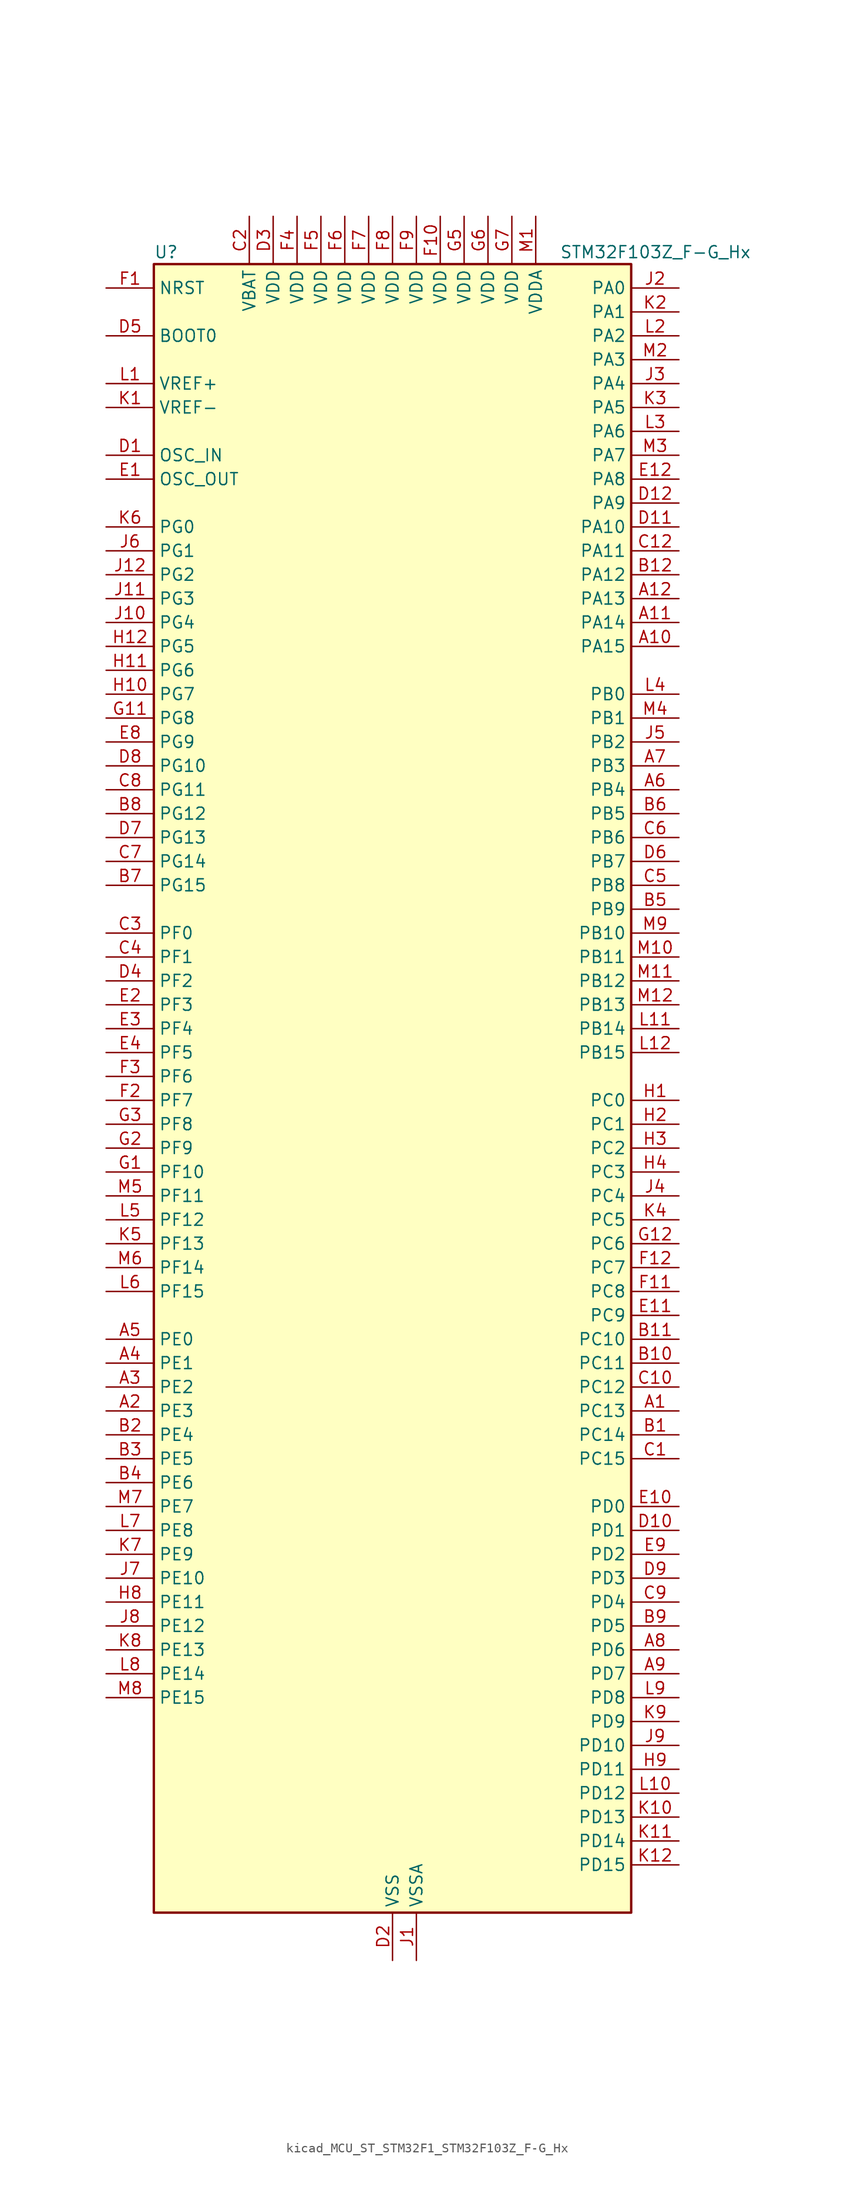
<source format=kicad_sym>
(kicad_symbol_lib
  (version 20220914)
  (generator kicad_symbol_editor)
  (symbol "kicad_MCU_ST_STM32F1_STM32F103Z_F-G_Hx"
    (property "Reference" "U"
      (at -25.4 90.17 0)
      (effects (font (size 1.27 1.27)) (justify left)))
    (property "Value" "STM32F103Z_F-G_Hx"
      (at 17.78 90.17 0)
      (effects (font (size 1.27 1.27)) (justify left)))
    (property "ki_locked" ""
      (at 0 0 0)
      (effects (font (size 1.27 1.27))))
    (symbol "kicad_MCU_ST_STM32F1_STM32F103Z_F-G_Hx_0_1"
      (rectangle (start -25.4 -86.36) (end 25.4 88.9) (stroke (width 0.254) (type default)) (fill (type background))))
    (symbol "kicad_MCU_ST_STM32F1_STM32F103Z_F-G_Hx_1_1"
      (pin bidirectional line (at 30.48 -33.02 180) (length 5.08) (name "PC13" (effects (font (size 1.27 1.27)))) (number "A1" (effects (font (size 1.27 1.27)))) (alternate "RTC_OUT" bidirectional line) (alternate "RTC_TAMPER" bidirectional line))
      (pin bidirectional line (at 30.48 48.26 180) (length 5.08) (name "PA15" (effects (font (size 1.27 1.27)))) (number "A10" (effects (font (size 1.27 1.27)))) (alternate "ADC1_EXTI15" bidirectional line) (alternate "ADC2_EXTI15" bidirectional line) (alternate "I2S3_WS" bidirectional line) (alternate "SPI1_NSS" bidirectional line) (alternate "SPI3_NSS" bidirectional line) (alternate "SYS_JTDI" bidirectional line) (alternate "TIM2_CH1" bidirectional line) (alternate "TIM2_ETR" bidirectional line))
      (pin bidirectional line (at 30.48 50.8 180) (length 5.08) (name "PA14" (effects (font (size 1.27 1.27)))) (number "A11" (effects (font (size 1.27 1.27)))) (alternate "SYS_JTCK-SWCLK" bidirectional line))
      (pin bidirectional line (at 30.48 53.34 180) (length 5.08) (name "PA13" (effects (font (size 1.27 1.27)))) (number "A12" (effects (font (size 1.27 1.27)))) (alternate "SYS_JTMS-SWDIO" bidirectional line))
      (pin bidirectional line (at -30.48 -33.02 0) (length 5.08) (name "PE3" (effects (font (size 1.27 1.27)))) (number "A2" (effects (font (size 1.27 1.27)))) (alternate "FSMC_A19" bidirectional line) (alternate "SYS_TRACED0" bidirectional line))
      (pin bidirectional line (at -30.48 -30.48 0) (length 5.08) (name "PE2" (effects (font (size 1.27 1.27)))) (number "A3" (effects (font (size 1.27 1.27)))) (alternate "FSMC_A23" bidirectional line) (alternate "SYS_TRACECLK" bidirectional line))
      (pin bidirectional line (at -30.48 -27.94 0) (length 5.08) (name "PE1" (effects (font (size 1.27 1.27)))) (number "A4" (effects (font (size 1.27 1.27)))) (alternate "FSMC_NBL1" bidirectional line))
      (pin bidirectional line (at -30.48 -25.4 0) (length 5.08) (name "PE0" (effects (font (size 1.27 1.27)))) (number "A5" (effects (font (size 1.27 1.27)))) (alternate "FSMC_NBL0" bidirectional line) (alternate "TIM4_ETR" bidirectional line))
      (pin bidirectional line (at 30.48 33.02 180) (length 5.08) (name "PB4" (effects (font (size 1.27 1.27)))) (number "A6" (effects (font (size 1.27 1.27)))) (alternate "SPI1_MISO" bidirectional line) (alternate "SPI3_MISO" bidirectional line) (alternate "SYS_NJTRST" bidirectional line) (alternate "TIM3_CH1" bidirectional line))
      (pin bidirectional line (at 30.48 35.56 180) (length 5.08) (name "PB3" (effects (font (size 1.27 1.27)))) (number "A7" (effects (font (size 1.27 1.27)))) (alternate "I2S3_CK" bidirectional line) (alternate "SPI1_SCK" bidirectional line) (alternate "SPI3_SCK" bidirectional line) (alternate "SYS_JTDO-TRACESWO" bidirectional line) (alternate "TIM2_CH2" bidirectional line))
      (pin bidirectional line (at 30.48 -58.42 180) (length 5.08) (name "PD6" (effects (font (size 1.27 1.27)))) (number "A8" (effects (font (size 1.27 1.27)))) (alternate "FSMC_NWAIT" bidirectional line) (alternate "USART2_RX" bidirectional line))
      (pin bidirectional line (at 30.48 -60.96 180) (length 5.08) (name "PD7" (effects (font (size 1.27 1.27)))) (number "A9" (effects (font (size 1.27 1.27)))) (alternate "FSMC_NCE2" bidirectional line) (alternate "FSMC_NE1" bidirectional line) (alternate "USART2_CK" bidirectional line))
      (pin bidirectional line (at 30.48 -35.56 180) (length 5.08) (name "PC14" (effects (font (size 1.27 1.27)))) (number "B1" (effects (font (size 1.27 1.27)))) (alternate "RCC_OSC32_IN" bidirectional line))
      (pin bidirectional line (at 30.48 -27.94 180) (length 5.08) (name "PC11" (effects (font (size 1.27 1.27)))) (number "B10" (effects (font (size 1.27 1.27)))) (alternate "ADC1_EXTI11" bidirectional line) (alternate "ADC2_EXTI11" bidirectional line) (alternate "SDIO_D3" bidirectional line) (alternate "UART4_RX" bidirectional line) (alternate "USART3_RX" bidirectional line))
      (pin bidirectional line (at 30.48 -25.4 180) (length 5.08) (name "PC10" (effects (font (size 1.27 1.27)))) (number "B11" (effects (font (size 1.27 1.27)))) (alternate "SDIO_D2" bidirectional line) (alternate "UART4_TX" bidirectional line) (alternate "USART3_TX" bidirectional line))
      (pin bidirectional line (at 30.48 55.88 180) (length 5.08) (name "PA12" (effects (font (size 1.27 1.27)))) (number "B12" (effects (font (size 1.27 1.27)))) (alternate "CAN_TX" bidirectional line) (alternate "TIM1_ETR" bidirectional line) (alternate "USART1_RTS" bidirectional line) (alternate "USB_DP" bidirectional line))
      (pin bidirectional line (at -30.48 -35.56 0) (length 5.08) (name "PE4" (effects (font (size 1.27 1.27)))) (number "B2" (effects (font (size 1.27 1.27)))) (alternate "FSMC_A20" bidirectional line) (alternate "SYS_TRACED1" bidirectional line))
      (pin bidirectional line (at -30.48 -38.1 0) (length 5.08) (name "PE5" (effects (font (size 1.27 1.27)))) (number "B3" (effects (font (size 1.27 1.27)))) (alternate "FSMC_A21" bidirectional line) (alternate "SYS_TRACED2" bidirectional line) (alternate "TIM9_CH1" bidirectional line))
      (pin bidirectional line (at -30.48 -40.64 0) (length 5.08) (name "PE6" (effects (font (size 1.27 1.27)))) (number "B4" (effects (font (size 1.27 1.27)))) (alternate "FSMC_A22" bidirectional line) (alternate "SYS_TRACED3" bidirectional line) (alternate "TIM9_CH2" bidirectional line))
      (pin bidirectional line (at 30.48 20.32 180) (length 5.08) (name "PB9" (effects (font (size 1.27 1.27)))) (number "B5" (effects (font (size 1.27 1.27)))) (alternate "CAN_TX" bidirectional line) (alternate "DAC_EXTI9" bidirectional line) (alternate "I2C1_SDA" bidirectional line) (alternate "SDIO_D5" bidirectional line) (alternate "TIM11_CH1" bidirectional line) (alternate "TIM4_CH4" bidirectional line))
      (pin bidirectional line (at 30.48 30.48 180) (length 5.08) (name "PB5" (effects (font (size 1.27 1.27)))) (number "B6" (effects (font (size 1.27 1.27)))) (alternate "I2C1_SMBA" bidirectional line) (alternate "I2S3_SD" bidirectional line) (alternate "SPI1_MOSI" bidirectional line) (alternate "SPI3_MOSI" bidirectional line) (alternate "TIM3_CH2" bidirectional line))
      (pin bidirectional line (at -30.48 22.86 0) (length 5.08) (name "PG15" (effects (font (size 1.27 1.27)))) (number "B7" (effects (font (size 1.27 1.27)))) (alternate "ADC1_EXTI15" bidirectional line) (alternate "ADC2_EXTI15" bidirectional line))
      (pin bidirectional line (at -30.48 30.48 0) (length 5.08) (name "PG12" (effects (font (size 1.27 1.27)))) (number "B8" (effects (font (size 1.27 1.27)))) (alternate "FSMC_NE4" bidirectional line))
      (pin bidirectional line (at 30.48 -55.88 180) (length 5.08) (name "PD5" (effects (font (size 1.27 1.27)))) (number "B9" (effects (font (size 1.27 1.27)))) (alternate "FSMC_NWE" bidirectional line) (alternate "USART2_TX" bidirectional line))
      (pin bidirectional line (at 30.48 -38.1 180) (length 5.08) (name "PC15" (effects (font (size 1.27 1.27)))) (number "C1" (effects (font (size 1.27 1.27)))) (alternate "ADC1_EXTI15" bidirectional line) (alternate "ADC2_EXTI15" bidirectional line) (alternate "RCC_OSC32_OUT" bidirectional line))
      (pin bidirectional line (at 30.48 -30.48 180) (length 5.08) (name "PC12" (effects (font (size 1.27 1.27)))) (number "C10" (effects (font (size 1.27 1.27)))) (alternate "SDIO_CK" bidirectional line) (alternate "UART5_TX" bidirectional line) (alternate "USART3_CK" bidirectional line))
      (pin no_connect line (at -25.4 -86.36 0) (length 5.08) hide (name "NC" (effects (font (size 1.27 1.27)))) (number "C11" (effects (font (size 1.27 1.27)))))
      (pin bidirectional line (at 30.48 58.42 180) (length 5.08) (name "PA11" (effects (font (size 1.27 1.27)))) (number "C12" (effects (font (size 1.27 1.27)))) (alternate "ADC1_EXTI11" bidirectional line) (alternate "ADC2_EXTI11" bidirectional line) (alternate "CAN_RX" bidirectional line) (alternate "TIM1_CH4" bidirectional line) (alternate "USART1_CTS" bidirectional line) (alternate "USB_DM" bidirectional line))
      (pin power_in line (at -15.24 93.98 270) (length 5.08) (name "VBAT" (effects (font (size 1.27 1.27)))) (number "C2" (effects (font (size 1.27 1.27)))))
      (pin bidirectional line (at -30.48 17.78 0) (length 5.08) (name "PF0" (effects (font (size 1.27 1.27)))) (number "C3" (effects (font (size 1.27 1.27)))) (alternate "FSMC_A0" bidirectional line))
      (pin bidirectional line (at -30.48 15.24 0) (length 5.08) (name "PF1" (effects (font (size 1.27 1.27)))) (number "C4" (effects (font (size 1.27 1.27)))) (alternate "FSMC_A1" bidirectional line))
      (pin bidirectional line (at 30.48 22.86 180) (length 5.08) (name "PB8" (effects (font (size 1.27 1.27)))) (number "C5" (effects (font (size 1.27 1.27)))) (alternate "CAN_RX" bidirectional line) (alternate "I2C1_SCL" bidirectional line) (alternate "SDIO_D4" bidirectional line) (alternate "TIM10_CH1" bidirectional line) (alternate "TIM4_CH3" bidirectional line))
      (pin bidirectional line (at 30.48 27.94 180) (length 5.08) (name "PB6" (effects (font (size 1.27 1.27)))) (number "C6" (effects (font (size 1.27 1.27)))) (alternate "I2C1_SCL" bidirectional line) (alternate "TIM4_CH1" bidirectional line) (alternate "USART1_TX" bidirectional line))
      (pin bidirectional line (at -30.48 25.4 0) (length 5.08) (name "PG14" (effects (font (size 1.27 1.27)))) (number "C7" (effects (font (size 1.27 1.27)))) (alternate "FSMC_A25" bidirectional line))
      (pin bidirectional line (at -30.48 33.02 0) (length 5.08) (name "PG11" (effects (font (size 1.27 1.27)))) (number "C8" (effects (font (size 1.27 1.27)))) (alternate "ADC1_EXTI11" bidirectional line) (alternate "ADC2_EXTI11" bidirectional line) (alternate "FSMC_NCE4_2" bidirectional line))
      (pin bidirectional line (at 30.48 -53.34 180) (length 5.08) (name "PD4" (effects (font (size 1.27 1.27)))) (number "C9" (effects (font (size 1.27 1.27)))) (alternate "FSMC_NOE" bidirectional line) (alternate "USART2_RTS" bidirectional line))
      (pin input line (at -30.48 68.58 0) (length 5.08) (name "OSC_IN" (effects (font (size 1.27 1.27)))) (number "D1" (effects (font (size 1.27 1.27)))) (alternate "RCC_OSC_IN" bidirectional line))
      (pin bidirectional line (at 30.48 -45.72 180) (length 5.08) (name "PD1" (effects (font (size 1.27 1.27)))) (number "D10" (effects (font (size 1.27 1.27)))) (alternate "CAN_TX" bidirectional line) (alternate "FSMC_D3" bidirectional line) (alternate "FSMC_DA3" bidirectional line))
      (pin bidirectional line (at 30.48 60.96 180) (length 5.08) (name "PA10" (effects (font (size 1.27 1.27)))) (number "D11" (effects (font (size 1.27 1.27)))) (alternate "TIM1_CH3" bidirectional line) (alternate "USART1_RX" bidirectional line))
      (pin bidirectional line (at 30.48 63.5 180) (length 5.08) (name "PA9" (effects (font (size 1.27 1.27)))) (number "D12" (effects (font (size 1.27 1.27)))) (alternate "DAC_EXTI9" bidirectional line) (alternate "TIM1_CH2" bidirectional line) (alternate "USART1_TX" bidirectional line))
      (pin power_in line (at 0 -91.44 90) (length 5.08) (name "VSS" (effects (font (size 1.27 1.27)))) (number "D2" (effects (font (size 1.27 1.27)))))
      (pin power_in line (at -12.7 93.98 270) (length 5.08) (name "VDD" (effects (font (size 1.27 1.27)))) (number "D3" (effects (font (size 1.27 1.27)))))
      (pin bidirectional line (at -30.48 12.7 0) (length 5.08) (name "PF2" (effects (font (size 1.27 1.27)))) (number "D4" (effects (font (size 1.27 1.27)))) (alternate "FSMC_A2" bidirectional line))
      (pin input line (at -30.48 81.28 0) (length 5.08) (name "BOOT0" (effects (font (size 1.27 1.27)))) (number "D5" (effects (font (size 1.27 1.27)))))
      (pin bidirectional line (at 30.48 25.4 180) (length 5.08) (name "PB7" (effects (font (size 1.27 1.27)))) (number "D6" (effects (font (size 1.27 1.27)))) (alternate "FSMC_NL" bidirectional line) (alternate "I2C1_SDA" bidirectional line) (alternate "TIM4_CH2" bidirectional line) (alternate "USART1_RX" bidirectional line))
      (pin bidirectional line (at -30.48 27.94 0) (length 5.08) (name "PG13" (effects (font (size 1.27 1.27)))) (number "D7" (effects (font (size 1.27 1.27)))) (alternate "FSMC_A24" bidirectional line))
      (pin bidirectional line (at -30.48 35.56 0) (length 5.08) (name "PG10" (effects (font (size 1.27 1.27)))) (number "D8" (effects (font (size 1.27 1.27)))) (alternate "FSMC_NCE4_1" bidirectional line) (alternate "FSMC_NE3" bidirectional line))
      (pin bidirectional line (at 30.48 -50.8 180) (length 5.08) (name "PD3" (effects (font (size 1.27 1.27)))) (number "D9" (effects (font (size 1.27 1.27)))) (alternate "FSMC_CLK" bidirectional line) (alternate "USART2_CTS" bidirectional line))
      (pin input line (at -30.48 66.04 0) (length 5.08) (name "OSC_OUT" (effects (font (size 1.27 1.27)))) (number "E1" (effects (font (size 1.27 1.27)))) (alternate "RCC_OSC_OUT" bidirectional line))
      (pin bidirectional line (at 30.48 -43.18 180) (length 5.08) (name "PD0" (effects (font (size 1.27 1.27)))) (number "E10" (effects (font (size 1.27 1.27)))) (alternate "CAN_RX" bidirectional line) (alternate "FSMC_D2" bidirectional line) (alternate "FSMC_DA2" bidirectional line))
      (pin bidirectional line (at 30.48 -22.86 180) (length 5.08) (name "PC9" (effects (font (size 1.27 1.27)))) (number "E11" (effects (font (size 1.27 1.27)))) (alternate "DAC_EXTI9" bidirectional line) (alternate "SDIO_D1" bidirectional line) (alternate "TIM3_CH4" bidirectional line) (alternate "TIM8_CH4" bidirectional line))
      (pin bidirectional line (at 30.48 66.04 180) (length 5.08) (name "PA8" (effects (font (size 1.27 1.27)))) (number "E12" (effects (font (size 1.27 1.27)))) (alternate "RCC_MCO" bidirectional line) (alternate "TIM1_CH1" bidirectional line) (alternate "USART1_CK" bidirectional line))
      (pin bidirectional line (at -30.48 10.16 0) (length 5.08) (name "PF3" (effects (font (size 1.27 1.27)))) (number "E2" (effects (font (size 1.27 1.27)))) (alternate "FSMC_A3" bidirectional line))
      (pin bidirectional line (at -30.48 7.62 0) (length 5.08) (name "PF4" (effects (font (size 1.27 1.27)))) (number "E3" (effects (font (size 1.27 1.27)))) (alternate "FSMC_A4" bidirectional line))
      (pin bidirectional line (at -30.48 5.08 0) (length 5.08) (name "PF5" (effects (font (size 1.27 1.27)))) (number "E4" (effects (font (size 1.27 1.27)))) (alternate "FSMC_A5" bidirectional line))
      (pin passive line (at 0 -91.44 90) (length 5.08) hide (name "VSS" (effects (font (size 1.27 1.27)))) (number "E5" (effects (font (size 1.27 1.27)))))
      (pin passive line (at 0 -91.44 90) (length 5.08) hide (name "VSS" (effects (font (size 1.27 1.27)))) (number "E6" (effects (font (size 1.27 1.27)))))
      (pin passive line (at 0 -91.44 90) (length 5.08) hide (name "VSS" (effects (font (size 1.27 1.27)))) (number "E7" (effects (font (size 1.27 1.27)))))
      (pin bidirectional line (at -30.48 38.1 0) (length 5.08) (name "PG9" (effects (font (size 1.27 1.27)))) (number "E8" (effects (font (size 1.27 1.27)))) (alternate "DAC_EXTI9" bidirectional line) (alternate "FSMC_NCE3" bidirectional line) (alternate "FSMC_NE2" bidirectional line))
      (pin bidirectional line (at 30.48 -48.26 180) (length 5.08) (name "PD2" (effects (font (size 1.27 1.27)))) (number "E9" (effects (font (size 1.27 1.27)))) (alternate "SDIO_CMD" bidirectional line) (alternate "TIM3_ETR" bidirectional line) (alternate "UART5_RX" bidirectional line))
      (pin input line (at -30.48 86.36 0) (length 5.08) (name "NRST" (effects (font (size 1.27 1.27)))) (number "F1" (effects (font (size 1.27 1.27)))))
      (pin power_in line (at 5.08 93.98 270) (length 5.08) (name "VDD" (effects (font (size 1.27 1.27)))) (number "F10" (effects (font (size 1.27 1.27)))))
      (pin bidirectional line (at 30.48 -20.32 180) (length 5.08) (name "PC8" (effects (font (size 1.27 1.27)))) (number "F11" (effects (font (size 1.27 1.27)))) (alternate "SDIO_D0" bidirectional line) (alternate "TIM3_CH3" bidirectional line) (alternate "TIM8_CH3" bidirectional line))
      (pin bidirectional line (at 30.48 -17.78 180) (length 5.08) (name "PC7" (effects (font (size 1.27 1.27)))) (number "F12" (effects (font (size 1.27 1.27)))) (alternate "I2S3_MCK" bidirectional line) (alternate "SDIO_D7" bidirectional line) (alternate "TIM3_CH2" bidirectional line) (alternate "TIM8_CH2" bidirectional line))
      (pin bidirectional line (at -30.48 0 0) (length 5.08) (name "PF7" (effects (font (size 1.27 1.27)))) (number "F2" (effects (font (size 1.27 1.27)))) (alternate "ADC3_IN5" bidirectional line) (alternate "FSMC_NREG" bidirectional line) (alternate "TIM11_CH1" bidirectional line))
      (pin bidirectional line (at -30.48 2.54 0) (length 5.08) (name "PF6" (effects (font (size 1.27 1.27)))) (number "F3" (effects (font (size 1.27 1.27)))) (alternate "ADC3_IN4" bidirectional line) (alternate "FSMC_NIORD" bidirectional line) (alternate "TIM10_CH1" bidirectional line))
      (pin power_in line (at -10.16 93.98 270) (length 5.08) (name "VDD" (effects (font (size 1.27 1.27)))) (number "F4" (effects (font (size 1.27 1.27)))))
      (pin power_in line (at -7.62 93.98 270) (length 5.08) (name "VDD" (effects (font (size 1.27 1.27)))) (number "F5" (effects (font (size 1.27 1.27)))))
      (pin power_in line (at -5.08 93.98 270) (length 5.08) (name "VDD" (effects (font (size 1.27 1.27)))) (number "F6" (effects (font (size 1.27 1.27)))))
      (pin power_in line (at -2.54 93.98 270) (length 5.08) (name "VDD" (effects (font (size 1.27 1.27)))) (number "F7" (effects (font (size 1.27 1.27)))))
      (pin power_in line (at 0 93.98 270) (length 5.08) (name "VDD" (effects (font (size 1.27 1.27)))) (number "F8" (effects (font (size 1.27 1.27)))))
      (pin power_in line (at 2.54 93.98 270) (length 5.08) (name "VDD" (effects (font (size 1.27 1.27)))) (number "F9" (effects (font (size 1.27 1.27)))))
      (pin bidirectional line (at -30.48 -7.62 0) (length 5.08) (name "PF10" (effects (font (size 1.27 1.27)))) (number "G1" (effects (font (size 1.27 1.27)))) (alternate "ADC3_IN8" bidirectional line) (alternate "FSMC_INTR" bidirectional line))
      (pin passive line (at 0 -91.44 90) (length 5.08) hide (name "VSS" (effects (font (size 1.27 1.27)))) (number "G10" (effects (font (size 1.27 1.27)))))
      (pin bidirectional line (at -30.48 40.64 0) (length 5.08) (name "PG8" (effects (font (size 1.27 1.27)))) (number "G11" (effects (font (size 1.27 1.27)))))
      (pin bidirectional line (at 30.48 -15.24 180) (length 5.08) (name "PC6" (effects (font (size 1.27 1.27)))) (number "G12" (effects (font (size 1.27 1.27)))) (alternate "I2S2_MCK" bidirectional line) (alternate "SDIO_D6" bidirectional line) (alternate "TIM3_CH1" bidirectional line) (alternate "TIM8_CH1" bidirectional line))
      (pin bidirectional line (at -30.48 -5.08 0) (length 5.08) (name "PF9" (effects (font (size 1.27 1.27)))) (number "G2" (effects (font (size 1.27 1.27)))) (alternate "ADC3_IN7" bidirectional line) (alternate "DAC_EXTI9" bidirectional line) (alternate "FSMC_CD" bidirectional line) (alternate "TIM14_CH1" bidirectional line))
      (pin bidirectional line (at -30.48 -2.54 0) (length 5.08) (name "PF8" (effects (font (size 1.27 1.27)))) (number "G3" (effects (font (size 1.27 1.27)))) (alternate "ADC3_IN6" bidirectional line) (alternate "FSMC_NIOWR" bidirectional line) (alternate "TIM13_CH1" bidirectional line))
      (pin passive line (at 0 -91.44 90) (length 5.08) hide (name "VSS" (effects (font (size 1.27 1.27)))) (number "G4" (effects (font (size 1.27 1.27)))))
      (pin power_in line (at 7.62 93.98 270) (length 5.08) (name "VDD" (effects (font (size 1.27 1.27)))) (number "G5" (effects (font (size 1.27 1.27)))))
      (pin power_in line (at 10.16 93.98 270) (length 5.08) (name "VDD" (effects (font (size 1.27 1.27)))) (number "G6" (effects (font (size 1.27 1.27)))))
      (pin power_in line (at 12.7 93.98 270) (length 5.08) (name "VDD" (effects (font (size 1.27 1.27)))) (number "G7" (effects (font (size 1.27 1.27)))))
      (pin passive line (at 0 -91.44 90) (length 5.08) hide (name "VSS" (effects (font (size 1.27 1.27)))) (number "G8" (effects (font (size 1.27 1.27)))))
      (pin passive line (at 0 -91.44 90) (length 5.08) hide (name "VSS" (effects (font (size 1.27 1.27)))) (number "G9" (effects (font (size 1.27 1.27)))))
      (pin bidirectional line (at 30.48 0 180) (length 5.08) (name "PC0" (effects (font (size 1.27 1.27)))) (number "H1" (effects (font (size 1.27 1.27)))) (alternate "ADC1_IN10" bidirectional line) (alternate "ADC2_IN10" bidirectional line) (alternate "ADC3_IN10" bidirectional line))
      (pin bidirectional line (at -30.48 43.18 0) (length 5.08) (name "PG7" (effects (font (size 1.27 1.27)))) (number "H10" (effects (font (size 1.27 1.27)))) (alternate "FSMC_INT3" bidirectional line))
      (pin bidirectional line (at -30.48 45.72 0) (length 5.08) (name "PG6" (effects (font (size 1.27 1.27)))) (number "H11" (effects (font (size 1.27 1.27)))) (alternate "FSMC_INT2" bidirectional line))
      (pin bidirectional line (at -30.48 48.26 0) (length 5.08) (name "PG5" (effects (font (size 1.27 1.27)))) (number "H12" (effects (font (size 1.27 1.27)))) (alternate "FSMC_A15" bidirectional line))
      (pin bidirectional line (at 30.48 -2.54 180) (length 5.08) (name "PC1" (effects (font (size 1.27 1.27)))) (number "H2" (effects (font (size 1.27 1.27)))) (alternate "ADC1_IN11" bidirectional line) (alternate "ADC2_IN11" bidirectional line) (alternate "ADC3_IN11" bidirectional line))
      (pin bidirectional line (at 30.48 -5.08 180) (length 5.08) (name "PC2" (effects (font (size 1.27 1.27)))) (number "H3" (effects (font (size 1.27 1.27)))) (alternate "ADC1_IN12" bidirectional line) (alternate "ADC2_IN12" bidirectional line) (alternate "ADC3_IN12" bidirectional line))
      (pin bidirectional line (at 30.48 -7.62 180) (length 5.08) (name "PC3" (effects (font (size 1.27 1.27)))) (number "H4" (effects (font (size 1.27 1.27)))) (alternate "ADC1_IN13" bidirectional line) (alternate "ADC2_IN13" bidirectional line) (alternate "ADC3_IN13" bidirectional line))
      (pin passive line (at 0 -91.44 90) (length 5.08) hide (name "VSS" (effects (font (size 1.27 1.27)))) (number "H5" (effects (font (size 1.27 1.27)))))
      (pin passive line (at 0 -91.44 90) (length 5.08) hide (name "VSS" (effects (font (size 1.27 1.27)))) (number "H6" (effects (font (size 1.27 1.27)))))
      (pin passive line (at 0 -91.44 90) (length 5.08) hide (name "VSS" (effects (font (size 1.27 1.27)))) (number "H7" (effects (font (size 1.27 1.27)))))
      (pin bidirectional line (at -30.48 -53.34 0) (length 5.08) (name "PE11" (effects (font (size 1.27 1.27)))) (number "H8" (effects (font (size 1.27 1.27)))) (alternate "ADC1_EXTI11" bidirectional line) (alternate "ADC2_EXTI11" bidirectional line) (alternate "FSMC_D8" bidirectional line) (alternate "FSMC_DA8" bidirectional line) (alternate "TIM1_CH2" bidirectional line))
      (pin bidirectional line (at 30.48 -71.12 180) (length 5.08) (name "PD11" (effects (font (size 1.27 1.27)))) (number "H9" (effects (font (size 1.27 1.27)))) (alternate "ADC1_EXTI11" bidirectional line) (alternate "ADC2_EXTI11" bidirectional line) (alternate "FSMC_A16" bidirectional line) (alternate "FSMC_CLE" bidirectional line) (alternate "USART3_CTS" bidirectional line))
      (pin power_in line (at 2.54 -91.44 90) (length 5.08) (name "VSSA" (effects (font (size 1.27 1.27)))) (number "J1" (effects (font (size 1.27 1.27)))))
      (pin bidirectional line (at -30.48 50.8 0) (length 5.08) (name "PG4" (effects (font (size 1.27 1.27)))) (number "J10" (effects (font (size 1.27 1.27)))) (alternate "FSMC_A14" bidirectional line))
      (pin bidirectional line (at -30.48 53.34 0) (length 5.08) (name "PG3" (effects (font (size 1.27 1.27)))) (number "J11" (effects (font (size 1.27 1.27)))) (alternate "FSMC_A13" bidirectional line))
      (pin bidirectional line (at -30.48 55.88 0) (length 5.08) (name "PG2" (effects (font (size 1.27 1.27)))) (number "J12" (effects (font (size 1.27 1.27)))) (alternate "FSMC_A12" bidirectional line))
      (pin bidirectional line (at 30.48 86.36 180) (length 5.08) (name "PA0" (effects (font (size 1.27 1.27)))) (number "J2" (effects (font (size 1.27 1.27)))) (alternate "ADC1_IN0" bidirectional line) (alternate "ADC2_IN0" bidirectional line) (alternate "ADC3_IN0" bidirectional line) (alternate "SYS_WKUP" bidirectional line) (alternate "TIM2_CH1" bidirectional line) (alternate "TIM2_ETR" bidirectional line) (alternate "TIM5_CH1" bidirectional line) (alternate "TIM8_ETR" bidirectional line) (alternate "USART2_CTS" bidirectional line))
      (pin bidirectional line (at 30.48 76.2 180) (length 5.08) (name "PA4" (effects (font (size 1.27 1.27)))) (number "J3" (effects (font (size 1.27 1.27)))) (alternate "ADC1_IN4" bidirectional line) (alternate "ADC2_IN4" bidirectional line) (alternate "DAC_OUT1" bidirectional line) (alternate "SPI1_NSS" bidirectional line) (alternate "USART2_CK" bidirectional line))
      (pin bidirectional line (at 30.48 -10.16 180) (length 5.08) (name "PC4" (effects (font (size 1.27 1.27)))) (number "J4" (effects (font (size 1.27 1.27)))) (alternate "ADC1_IN14" bidirectional line) (alternate "ADC2_IN14" bidirectional line))
      (pin bidirectional line (at 30.48 38.1 180) (length 5.08) (name "PB2" (effects (font (size 1.27 1.27)))) (number "J5" (effects (font (size 1.27 1.27)))))
      (pin bidirectional line (at -30.48 58.42 0) (length 5.08) (name "PG1" (effects (font (size 1.27 1.27)))) (number "J6" (effects (font (size 1.27 1.27)))) (alternate "FSMC_A11" bidirectional line))
      (pin bidirectional line (at -30.48 -50.8 0) (length 5.08) (name "PE10" (effects (font (size 1.27 1.27)))) (number "J7" (effects (font (size 1.27 1.27)))) (alternate "FSMC_D7" bidirectional line) (alternate "FSMC_DA7" bidirectional line) (alternate "TIM1_CH2N" bidirectional line))
      (pin bidirectional line (at -30.48 -55.88 0) (length 5.08) (name "PE12" (effects (font (size 1.27 1.27)))) (number "J8" (effects (font (size 1.27 1.27)))) (alternate "FSMC_D9" bidirectional line) (alternate "FSMC_DA9" bidirectional line) (alternate "TIM1_CH3N" bidirectional line))
      (pin bidirectional line (at 30.48 -68.58 180) (length 5.08) (name "PD10" (effects (font (size 1.27 1.27)))) (number "J9" (effects (font (size 1.27 1.27)))) (alternate "FSMC_D15" bidirectional line) (alternate "FSMC_DA15" bidirectional line) (alternate "USART3_CK" bidirectional line))
      (pin input line (at -30.48 73.66 0) (length 5.08) (name "VREF-" (effects (font (size 1.27 1.27)))) (number "K1" (effects (font (size 1.27 1.27)))))
      (pin bidirectional line (at 30.48 -76.2 180) (length 5.08) (name "PD13" (effects (font (size 1.27 1.27)))) (number "K10" (effects (font (size 1.27 1.27)))) (alternate "FSMC_A18" bidirectional line) (alternate "TIM4_CH2" bidirectional line))
      (pin bidirectional line (at 30.48 -78.74 180) (length 5.08) (name "PD14" (effects (font (size 1.27 1.27)))) (number "K11" (effects (font (size 1.27 1.27)))) (alternate "FSMC_D0" bidirectional line) (alternate "FSMC_DA0" bidirectional line) (alternate "TIM4_CH3" bidirectional line))
      (pin bidirectional line (at 30.48 -81.28 180) (length 5.08) (name "PD15" (effects (font (size 1.27 1.27)))) (number "K12" (effects (font (size 1.27 1.27)))) (alternate "ADC1_EXTI15" bidirectional line) (alternate "ADC2_EXTI15" bidirectional line) (alternate "FSMC_D1" bidirectional line) (alternate "FSMC_DA1" bidirectional line) (alternate "TIM4_CH4" bidirectional line))
      (pin bidirectional line (at 30.48 83.82 180) (length 5.08) (name "PA1" (effects (font (size 1.27 1.27)))) (number "K2" (effects (font (size 1.27 1.27)))) (alternate "ADC1_IN1" bidirectional line) (alternate "ADC2_IN1" bidirectional line) (alternate "ADC3_IN1" bidirectional line) (alternate "TIM2_CH2" bidirectional line) (alternate "TIM5_CH2" bidirectional line) (alternate "USART2_RTS" bidirectional line))
      (pin bidirectional line (at 30.48 73.66 180) (length 5.08) (name "PA5" (effects (font (size 1.27 1.27)))) (number "K3" (effects (font (size 1.27 1.27)))) (alternate "ADC1_IN5" bidirectional line) (alternate "ADC2_IN5" bidirectional line) (alternate "DAC_OUT2" bidirectional line) (alternate "SPI1_SCK" bidirectional line))
      (pin bidirectional line (at 30.48 -12.7 180) (length 5.08) (name "PC5" (effects (font (size 1.27 1.27)))) (number "K4" (effects (font (size 1.27 1.27)))) (alternate "ADC1_IN15" bidirectional line) (alternate "ADC2_IN15" bidirectional line))
      (pin bidirectional line (at -30.48 -15.24 0) (length 5.08) (name "PF13" (effects (font (size 1.27 1.27)))) (number "K5" (effects (font (size 1.27 1.27)))) (alternate "FSMC_A7" bidirectional line))
      (pin bidirectional line (at -30.48 60.96 0) (length 5.08) (name "PG0" (effects (font (size 1.27 1.27)))) (number "K6" (effects (font (size 1.27 1.27)))) (alternate "FSMC_A10" bidirectional line))
      (pin bidirectional line (at -30.48 -48.26 0) (length 5.08) (name "PE9" (effects (font (size 1.27 1.27)))) (number "K7" (effects (font (size 1.27 1.27)))) (alternate "DAC_EXTI9" bidirectional line) (alternate "FSMC_D6" bidirectional line) (alternate "FSMC_DA6" bidirectional line) (alternate "TIM1_CH1" bidirectional line))
      (pin bidirectional line (at -30.48 -58.42 0) (length 5.08) (name "PE13" (effects (font (size 1.27 1.27)))) (number "K8" (effects (font (size 1.27 1.27)))) (alternate "FSMC_D10" bidirectional line) (alternate "FSMC_DA10" bidirectional line) (alternate "TIM1_CH3" bidirectional line))
      (pin bidirectional line (at 30.48 -66.04 180) (length 5.08) (name "PD9" (effects (font (size 1.27 1.27)))) (number "K9" (effects (font (size 1.27 1.27)))) (alternate "DAC_EXTI9" bidirectional line) (alternate "FSMC_D14" bidirectional line) (alternate "FSMC_DA14" bidirectional line) (alternate "USART3_RX" bidirectional line))
      (pin input line (at -30.48 76.2 0) (length 5.08) (name "VREF+" (effects (font (size 1.27 1.27)))) (number "L1" (effects (font (size 1.27 1.27)))))
      (pin bidirectional line (at 30.48 -73.66 180) (length 5.08) (name "PD12" (effects (font (size 1.27 1.27)))) (number "L10" (effects (font (size 1.27 1.27)))) (alternate "FSMC_A17" bidirectional line) (alternate "FSMC_ALE" bidirectional line) (alternate "TIM4_CH1" bidirectional line) (alternate "USART3_RTS" bidirectional line))
      (pin bidirectional line (at 30.48 7.62 180) (length 5.08) (name "PB14" (effects (font (size 1.27 1.27)))) (number "L11" (effects (font (size 1.27 1.27)))) (alternate "SPI2_MISO" bidirectional line) (alternate "TIM12_CH1" bidirectional line) (alternate "TIM1_CH2N" bidirectional line) (alternate "USART3_RTS" bidirectional line))
      (pin bidirectional line (at 30.48 5.08 180) (length 5.08) (name "PB15" (effects (font (size 1.27 1.27)))) (number "L12" (effects (font (size 1.27 1.27)))) (alternate "ADC1_EXTI15" bidirectional line) (alternate "ADC2_EXTI15" bidirectional line) (alternate "I2S2_SD" bidirectional line) (alternate "SPI2_MOSI" bidirectional line) (alternate "TIM12_CH2" bidirectional line) (alternate "TIM1_CH3N" bidirectional line))
      (pin bidirectional line (at 30.48 81.28 180) (length 5.08) (name "PA2" (effects (font (size 1.27 1.27)))) (number "L2" (effects (font (size 1.27 1.27)))) (alternate "ADC1_IN2" bidirectional line) (alternate "ADC2_IN2" bidirectional line) (alternate "ADC3_IN2" bidirectional line) (alternate "TIM2_CH3" bidirectional line) (alternate "TIM5_CH3" bidirectional line) (alternate "TIM9_CH1" bidirectional line) (alternate "USART2_TX" bidirectional line))
      (pin bidirectional line (at 30.48 71.12 180) (length 5.08) (name "PA6" (effects (font (size 1.27 1.27)))) (number "L3" (effects (font (size 1.27 1.27)))) (alternate "ADC1_IN6" bidirectional line) (alternate "ADC2_IN6" bidirectional line) (alternate "SPI1_MISO" bidirectional line) (alternate "TIM13_CH1" bidirectional line) (alternate "TIM1_BKIN" bidirectional line) (alternate "TIM3_CH1" bidirectional line) (alternate "TIM8_BKIN" bidirectional line))
      (pin bidirectional line (at 30.48 43.18 180) (length 5.08) (name "PB0" (effects (font (size 1.27 1.27)))) (number "L4" (effects (font (size 1.27 1.27)))) (alternate "ADC1_IN8" bidirectional line) (alternate "ADC2_IN8" bidirectional line) (alternate "TIM1_CH2N" bidirectional line) (alternate "TIM3_CH3" bidirectional line) (alternate "TIM8_CH2N" bidirectional line))
      (pin bidirectional line (at -30.48 -12.7 0) (length 5.08) (name "PF12" (effects (font (size 1.27 1.27)))) (number "L5" (effects (font (size 1.27 1.27)))) (alternate "FSMC_A6" bidirectional line))
      (pin bidirectional line (at -30.48 -20.32 0) (length 5.08) (name "PF15" (effects (font (size 1.27 1.27)))) (number "L6" (effects (font (size 1.27 1.27)))) (alternate "ADC1_EXTI15" bidirectional line) (alternate "ADC2_EXTI15" bidirectional line) (alternate "FSMC_A9" bidirectional line))
      (pin bidirectional line (at -30.48 -45.72 0) (length 5.08) (name "PE8" (effects (font (size 1.27 1.27)))) (number "L7" (effects (font (size 1.27 1.27)))) (alternate "FSMC_D5" bidirectional line) (alternate "FSMC_DA5" bidirectional line) (alternate "TIM1_CH1N" bidirectional line))
      (pin bidirectional line (at -30.48 -60.96 0) (length 5.08) (name "PE14" (effects (font (size 1.27 1.27)))) (number "L8" (effects (font (size 1.27 1.27)))) (alternate "FSMC_D11" bidirectional line) (alternate "FSMC_DA11" bidirectional line) (alternate "TIM1_CH4" bidirectional line))
      (pin bidirectional line (at 30.48 -63.5 180) (length 5.08) (name "PD8" (effects (font (size 1.27 1.27)))) (number "L9" (effects (font (size 1.27 1.27)))) (alternate "FSMC_D13" bidirectional line) (alternate "FSMC_DA13" bidirectional line) (alternate "USART3_TX" bidirectional line))
      (pin power_in line (at 15.24 93.98 270) (length 5.08) (name "VDDA" (effects (font (size 1.27 1.27)))) (number "M1" (effects (font (size 1.27 1.27)))))
      (pin bidirectional line (at 30.48 15.24 180) (length 5.08) (name "PB11" (effects (font (size 1.27 1.27)))) (number "M10" (effects (font (size 1.27 1.27)))) (alternate "ADC1_EXTI11" bidirectional line) (alternate "ADC2_EXTI11" bidirectional line) (alternate "I2C2_SDA" bidirectional line) (alternate "TIM2_CH4" bidirectional line) (alternate "USART3_RX" bidirectional line))
      (pin bidirectional line (at 30.48 12.7 180) (length 5.08) (name "PB12" (effects (font (size 1.27 1.27)))) (number "M11" (effects (font (size 1.27 1.27)))) (alternate "I2C2_SMBA" bidirectional line) (alternate "I2S2_WS" bidirectional line) (alternate "SPI2_NSS" bidirectional line) (alternate "TIM1_BKIN" bidirectional line) (alternate "USART3_CK" bidirectional line))
      (pin bidirectional line (at 30.48 10.16 180) (length 5.08) (name "PB13" (effects (font (size 1.27 1.27)))) (number "M12" (effects (font (size 1.27 1.27)))) (alternate "I2S2_CK" bidirectional line) (alternate "SPI2_SCK" bidirectional line) (alternate "TIM1_CH1N" bidirectional line) (alternate "USART3_CTS" bidirectional line))
      (pin bidirectional line (at 30.48 78.74 180) (length 5.08) (name "PA3" (effects (font (size 1.27 1.27)))) (number "M2" (effects (font (size 1.27 1.27)))) (alternate "ADC1_IN3" bidirectional line) (alternate "ADC2_IN3" bidirectional line) (alternate "ADC3_IN3" bidirectional line) (alternate "TIM2_CH4" bidirectional line) (alternate "TIM5_CH4" bidirectional line) (alternate "TIM9_CH2" bidirectional line) (alternate "USART2_RX" bidirectional line))
      (pin bidirectional line (at 30.48 68.58 180) (length 5.08) (name "PA7" (effects (font (size 1.27 1.27)))) (number "M3" (effects (font (size 1.27 1.27)))) (alternate "ADC1_IN7" bidirectional line) (alternate "ADC2_IN7" bidirectional line) (alternate "SPI1_MOSI" bidirectional line) (alternate "TIM14_CH1" bidirectional line) (alternate "TIM1_CH1N" bidirectional line) (alternate "TIM3_CH2" bidirectional line) (alternate "TIM8_CH1N" bidirectional line))
      (pin bidirectional line (at 30.48 40.64 180) (length 5.08) (name "PB1" (effects (font (size 1.27 1.27)))) (number "M4" (effects (font (size 1.27 1.27)))) (alternate "ADC1_IN9" bidirectional line) (alternate "ADC2_IN9" bidirectional line) (alternate "TIM1_CH3N" bidirectional line) (alternate "TIM3_CH4" bidirectional line) (alternate "TIM8_CH3N" bidirectional line))
      (pin bidirectional line (at -30.48 -10.16 0) (length 5.08) (name "PF11" (effects (font (size 1.27 1.27)))) (number "M5" (effects (font (size 1.27 1.27)))) (alternate "ADC1_EXTI11" bidirectional line) (alternate "ADC2_EXTI11" bidirectional line) (alternate "FSMC_NIOS16" bidirectional line))
      (pin bidirectional line (at -30.48 -17.78 0) (length 5.08) (name "PF14" (effects (font (size 1.27 1.27)))) (number "M6" (effects (font (size 1.27 1.27)))) (alternate "FSMC_A8" bidirectional line))
      (pin bidirectional line (at -30.48 -43.18 0) (length 5.08) (name "PE7" (effects (font (size 1.27 1.27)))) (number "M7" (effects (font (size 1.27 1.27)))) (alternate "FSMC_D4" bidirectional line) (alternate "FSMC_DA4" bidirectional line) (alternate "TIM1_ETR" bidirectional line))
      (pin bidirectional line (at -30.48 -63.5 0) (length 5.08) (name "PE15" (effects (font (size 1.27 1.27)))) (number "M8" (effects (font (size 1.27 1.27)))) (alternate "ADC1_EXTI15" bidirectional line) (alternate "ADC2_EXTI15" bidirectional line) (alternate "FSMC_D12" bidirectional line) (alternate "FSMC_DA12" bidirectional line) (alternate "TIM1_BKIN" bidirectional line))
      (pin bidirectional line (at 30.48 17.78 180) (length 5.08) (name "PB10" (effects (font (size 1.27 1.27)))) (number "M9" (effects (font (size 1.27 1.27)))) (alternate "I2C2_SCL" bidirectional line) (alternate "TIM2_CH3" bidirectional line) (alternate "USART3_TX" bidirectional line)))))
</source>
